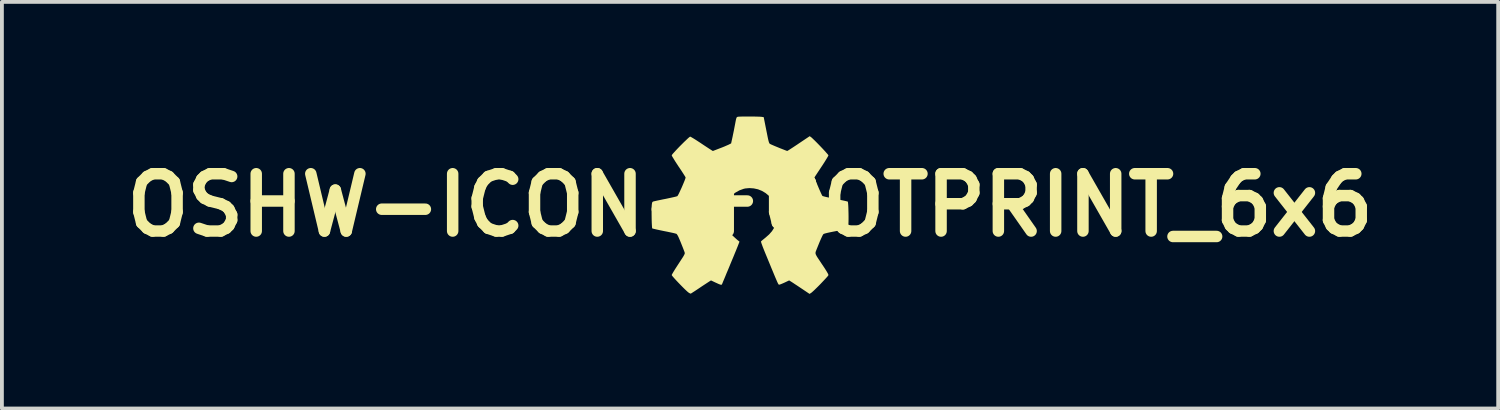
<source format=kicad_pcb>
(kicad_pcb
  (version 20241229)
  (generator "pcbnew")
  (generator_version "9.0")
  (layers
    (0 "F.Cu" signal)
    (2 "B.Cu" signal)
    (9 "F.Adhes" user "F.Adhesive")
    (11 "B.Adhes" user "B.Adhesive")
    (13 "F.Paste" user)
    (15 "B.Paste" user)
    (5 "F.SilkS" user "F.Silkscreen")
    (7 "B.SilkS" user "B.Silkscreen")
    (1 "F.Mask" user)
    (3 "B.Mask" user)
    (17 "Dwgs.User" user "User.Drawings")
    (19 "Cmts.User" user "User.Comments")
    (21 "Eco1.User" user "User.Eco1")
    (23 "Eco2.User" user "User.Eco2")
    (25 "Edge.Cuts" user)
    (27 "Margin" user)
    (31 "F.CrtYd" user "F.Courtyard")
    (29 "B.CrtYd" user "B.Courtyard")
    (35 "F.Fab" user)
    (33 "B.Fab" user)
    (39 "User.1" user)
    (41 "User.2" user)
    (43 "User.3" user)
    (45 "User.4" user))
  (footprint "OSHW-ICON-FOOTPRINT_6x6"
    (layer "F.Cu")
    (at 16.586 2.32)
    (property "Reference" "OSHW-ICON-FOOTPRINT_6x6" (at 0 0 0) (layer "F.SilkS") (effects (font (size 1.5 1.5) (thickness 0.3))))
    (attr board_only exclude_from_pos_files exclude_from_bom)
    (fp_poly (pts (xy 0.034 -2.319) (xy 0.11 -2.319) (xy 0.18 -2.317) (xy 0.239 -2.316) (xy 0.283 -2.313) (xy 0.305 -2.311) (xy 0.357 -2.303) (xy 0.401 -2.081) (xy 0.424 -1.965) (xy 0.443 -1.871) (xy 0.458 -1.795) (xy 0.47 -1.736) (xy 0.481 -1.691) (xy 0.49 -1.658) (xy 0.498 -1.635) (xy 0.505 -1.619) (xy 0.514 -1.609) (xy 0.523 -1.602) (xy 0.534 -1.597) (xy 0.541 -1.593) (xy 0.567 -1.581) (xy 0.609 -1.563) (xy 0.66 -1.541) (xy 0.719 -1.517) (xy 0.779 -1.492) (xy 0.838 -1.469) (xy 0.892 -1.448) (xy 0.935 -1.431) (xy 0.964 -1.421) (xy 0.974 -1.418) (xy 0.986 -1.425) (xy 1.015 -1.442) (xy 1.058 -1.47) (xy 1.114 -1.506) (xy 1.179 -1.549) (xy 1.25 -1.596) (xy 1.273 -1.612) (xy 1.561 -1.805) (xy 1.592 -1.783) (xy 1.616 -1.764) (xy 1.65 -1.731) (xy 1.694 -1.689) (xy 1.743 -1.64) (xy 1.796 -1.586) (xy 1.85 -1.53) (xy 1.903 -1.474) (xy 1.951 -1.422) (xy 1.992 -1.376) (xy 2.025 -1.339) (xy 2.045 -1.314) (xy 2.051 -1.303) (xy 2.045 -1.287) (xy 2.027 -1.255) (xy 2 -1.209) (xy 1.964 -1.151) (xy 1.922 -1.085) (xy 1.875 -1.013) (xy 1.868 -1.003) (xy 1.685 -0.726) (xy 1.706 -0.671) (xy 1.726 -0.62) (xy 1.75 -0.56) (xy 1.777 -0.496) (xy 1.804 -0.432) (xy 1.831 -0.371) (xy 1.855 -0.318) (xy 1.875 -0.275) (xy 1.889 -0.249) (xy 1.894 -0.241) (xy 1.909 -0.235) (xy 1.944 -0.225) (xy 1.996 -0.212) (xy 2.062 -0.198) (xy 2.138 -0.181) (xy 2.221 -0.165) (xy 2.226 -0.164) (xy 2.309 -0.147) (xy 2.386 -0.132) (xy 2.452 -0.118) (xy 2.505 -0.106) (xy 2.541 -0.097) (xy 2.557 -0.093) (xy 2.558 -0.092) (xy 2.562 -0.078) (xy 2.566 -0.045) (xy 2.57 0.005) (xy 2.573 0.067) (xy 2.575 0.138) (xy 2.577 0.214) (xy 2.578 0.291) (xy 2.578 0.365) (xy 2.577 0.433) (xy 2.575 0.491) (xy 2.572 0.535) (xy 2.57 0.551) (xy 2.561 0.615) (xy 2.473 0.634) (xy 2.433 0.643) (xy 2.375 0.655) (xy 2.306 0.669) (xy 2.23 0.684) (xy 2.163 0.697) (xy 2.089 0.712) (xy 2.025 0.726) (xy 1.973 0.739) (xy 1.937 0.75) (xy 1.921 0.758) (xy 1.907 0.777) (xy 1.886 0.817) (xy 1.86 0.874) (xy 1.827 0.948) (xy 1.791 1.036) (xy 1.751 1.136) (xy 1.748 1.143) (xy 1.733 1.181) (xy 1.721 1.211) (xy 1.714 1.237) (xy 1.713 1.261) (xy 1.719 1.286) (xy 1.733 1.316) (xy 1.755 1.355) (xy 1.788 1.405) (xy 1.831 1.469) (xy 1.863 1.518) (xy 1.921 1.604) (xy 1.966 1.673) (xy 2 1.727) (xy 2.024 1.768) (xy 2.04 1.797) (xy 2.049 1.818) (xy 2.051 1.833) (xy 2.051 1.833) (xy 2.043 1.847) (xy 2.021 1.874) (xy 1.987 1.912) (xy 1.944 1.958) (xy 1.895 2.01) (xy 1.843 2.065) (xy 1.789 2.12) (xy 1.736 2.172) (xy 1.688 2.219) (xy 1.647 2.257) (xy 1.615 2.285) (xy 1.597 2.299) (xy 1.557 2.324) (xy 1.356 2.189) (xy 1.29 2.145) (xy 1.227 2.103) (xy 1.169 2.065) (xy 1.123 2.034) (xy 1.091 2.014) (xy 1.089 2.012) (xy 1.023 1.971) (xy 0.898 2.03) (xy 0.848 2.052) (xy 0.804 2.07) (xy 0.772 2.081) (xy 0.757 2.082) (xy 0.752 2.08) (xy 0.746 2.075) (xy 0.74 2.066) (xy 0.731 2.051) (xy 0.72 2.028) (xy 0.705 1.995) (xy 0.686 1.951) (xy 0.661 1.893) (xy 0.63 1.819) (xy 0.592 1.727) (xy 0.546 1.617) (xy 0.537 1.594) (xy 0.48 1.456) (xy 0.431 1.337) (xy 0.39 1.238) (xy 0.357 1.156) (xy 0.331 1.09) (xy 0.312 1.038) (xy 0.298 0.999) (xy 0.29 0.973) (xy 0.287 0.956) (xy 0.287 0.949) (xy 0.299 0.938) (xy 0.325 0.915) (xy 0.362 0.885) (xy 0.405 0.85) (xy 0.499 0.767) (xy 0.573 0.683) (xy 0.63 0.593) (xy 0.672 0.494) (xy 0.692 0.425) (xy 0.711 0.305) (xy 0.708 0.186) (xy 0.684 0.069) (xy 0.641 -0.042) (xy 0.579 -0.145) (xy 0.5 -0.238) (xy 0.405 -0.317) (xy 0.31 -0.373) (xy 0.208 -0.414) (xy 0.097 -0.438) (xy -0.015 -0.446) (xy -0.122 -0.437) (xy -0.164 -0.428) (xy -0.278 -0.387) (xy -0.387 -0.326) (xy -0.485 -0.25) (xy -0.551 -0.18) (xy -0.619 -0.083) (xy -0.666 0.02) (xy -0.693 0.133) (xy -0.703 0.259) (xy -0.703 0.264) (xy -0.696 0.379) (xy -0.676 0.48) (xy -0.639 0.572) (xy -0.584 0.659) (xy -0.508 0.746) (xy -0.493 0.762) (xy -0.447 0.807) (xy -0.4 0.851) (xy -0.359 0.888) (xy -0.335 0.909) (xy -0.277 0.956) (xy -0.311 1.044) (xy -0.322 1.073) (xy -0.342 1.122) (xy -0.368 1.187) (xy -0.4 1.264) (xy -0.436 1.353) (xy -0.476 1.448) (xy -0.518 1.549) (xy -0.536 1.594) (xy -0.577 1.693) (xy -0.616 1.784) (xy -0.65 1.868) (xy -0.68 1.94) (xy -0.705 1.998) (xy -0.722 2.041) (xy -0.733 2.066) (xy -0.735 2.072) (xy -0.743 2.082) (xy -0.759 2.085) (xy -0.785 2.079) (xy -0.824 2.064) (xy -0.88 2.038) (xy -0.901 2.029) (xy -1.023 1.971) (xy -1.071 2.001) (xy -1.095 2.017) (xy -1.135 2.043) (xy -1.187 2.077) (xy -1.248 2.117) (xy -1.312 2.16) (xy -1.328 2.171) (xy -1.391 2.213) (xy -1.447 2.25) (xy -1.494 2.28) (xy -1.529 2.303) (xy -1.549 2.315) (xy -1.552 2.316) (xy -1.569 2.313) (xy -1.596 2.299) (xy -1.612 2.288) (xy -1.639 2.266) (xy -1.677 2.231) (xy -1.722 2.188) (xy -1.772 2.138) (xy -1.825 2.084) (xy -1.878 2.029) (xy -1.929 1.975) (xy -1.974 1.926) (xy -2.011 1.884) (xy -2.037 1.853) (xy -2.05 1.833) (xy -2.051 1.83) (xy -2.045 1.815) (xy -2.027 1.782) (xy -2 1.736) (xy -1.965 1.679) (xy -1.923 1.614) (xy -1.877 1.543) (xy -1.876 1.542) (xy -1.824 1.462) (xy -1.783 1.399) (xy -1.752 1.351) (xy -1.731 1.314) (xy -1.718 1.288) (xy -1.711 1.269) (xy -1.709 1.255) (xy -1.711 1.245) (xy -1.72 1.217) (xy -1.737 1.172) (xy -1.759 1.115) (xy -1.784 1.052) (xy -1.81 0.987) (xy -1.835 0.926) (xy -1.858 0.873) (xy -1.875 0.834) (xy -1.882 0.82) (xy -1.9 0.786) (xy -1.918 0.761) (xy -1.924 0.753) (xy -1.94 0.748) (xy -1.975 0.738) (xy -2.026 0.726) (xy -2.092 0.712) (xy -2.167 0.696) (xy -2.244 0.681) (xy -2.326 0.664) (xy -2.401 0.648) (xy -2.464 0.634) (xy -2.515 0.622) (xy -2.548 0.614) (xy -2.561 0.609) (xy -2.565 0.594) (xy -2.568 0.559) (xy -2.571 0.509) (xy -2.574 0.446) (xy -2.576 0.376) (xy -2.577 0.301) (xy -2.578 0.225) (xy -2.578 0.153) (xy -2.577 0.088) (xy -2.576 0.033) (xy -2.573 -0.007) (xy -2.573 -0.008) (xy -2.567 -0.051) (xy -2.56 -0.075) (xy -2.548 -0.088) (xy -2.537 -0.094) (xy -2.518 -0.099) (xy -2.48 -0.108) (xy -2.426 -0.12) (xy -2.358 -0.134) (xy -2.282 -0.15) (xy -2.214 -0.163) (xy -2.134 -0.18) (xy -2.06 -0.196) (xy -1.997 -0.21) (xy -1.947 -0.222) (xy -1.915 -0.231) (xy -1.903 -0.236) (xy -1.891 -0.253) (xy -1.872 -0.287) (xy -1.848 -0.336) (xy -1.821 -0.394) (xy -1.792 -0.457) (xy -1.764 -0.522) (xy -1.738 -0.584) (xy -1.715 -0.64) (xy -1.698 -0.685) (xy -1.689 -0.716) (xy -1.688 -0.724) (xy -1.694 -0.737) (xy -1.712 -0.767) (xy -1.739 -0.81) (xy -1.775 -0.866) (xy -1.817 -0.93) (xy -1.864 -1) (xy -1.87 -1.008) (xy -1.917 -1.08) (xy -1.96 -1.146) (xy -1.996 -1.205) (xy -2.025 -1.252) (xy -2.044 -1.285) (xy -2.051 -1.303) (xy -2.051 -1.303) (xy -2.043 -1.318) (xy -2.021 -1.346) (xy -1.986 -1.385) (xy -1.943 -1.432) (xy -1.893 -1.485) (xy -1.839 -1.541) (xy -1.783 -1.597) (xy -1.729 -1.651) (xy -1.678 -1.699) (xy -1.634 -1.741) (xy -1.599 -1.772) (xy -1.575 -1.79) (xy -1.567 -1.793) (xy -1.552 -1.787) (xy -1.521 -1.769) (xy -1.475 -1.742) (xy -1.419 -1.707) (xy -1.356 -1.666) (xy -1.304 -1.632) (xy -1.234 -1.585) (xy -1.169 -1.542) (xy -1.111 -1.504) (xy -1.064 -1.473) (xy -1.03 -1.452) (xy -1.017 -1.443) (xy -0.974 -1.417) (xy -0.801 -1.484) (xy -0.735 -1.509) (xy -0.671 -1.535) (xy -0.616 -1.559) (xy -0.574 -1.577) (xy -0.561 -1.583) (xy -0.496 -1.616) (xy -0.458 -1.79) (xy -0.442 -1.868) (xy -0.424 -1.954) (xy -0.408 -2.039) (xy -0.394 -2.112) (xy -0.393 -2.116) (xy -0.38 -2.186) (xy -0.37 -2.236) (xy -0.361 -2.27) (xy -0.353 -2.291) (xy -0.343 -2.304) (xy -0.331 -2.31) (xy -0.314 -2.314) (xy -0.29 -2.316) (xy -0.246 -2.318) (xy -0.188 -2.319) (xy -0.119 -2.32) (xy -0.043 -2.32)) (stroke (width 0) (type solid)) (fill yes) (layer "F.SilkS")))
  (gr_rect
    (start -3 -3)
    (end 36.171 7.644)
    (stroke (width 0.1) (type default))
    (fill no)
    (layer "Edge.Cuts")))
</source>
